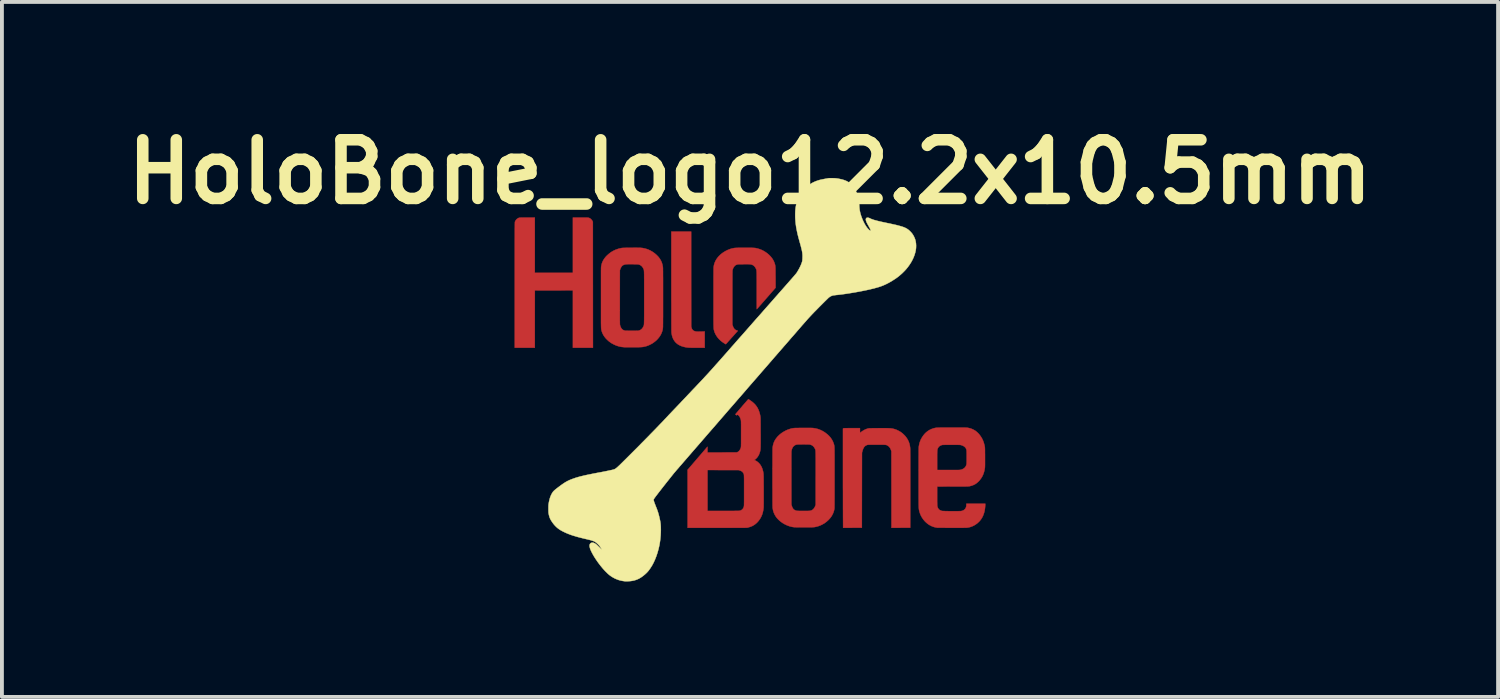
<source format=kicad_pcb>
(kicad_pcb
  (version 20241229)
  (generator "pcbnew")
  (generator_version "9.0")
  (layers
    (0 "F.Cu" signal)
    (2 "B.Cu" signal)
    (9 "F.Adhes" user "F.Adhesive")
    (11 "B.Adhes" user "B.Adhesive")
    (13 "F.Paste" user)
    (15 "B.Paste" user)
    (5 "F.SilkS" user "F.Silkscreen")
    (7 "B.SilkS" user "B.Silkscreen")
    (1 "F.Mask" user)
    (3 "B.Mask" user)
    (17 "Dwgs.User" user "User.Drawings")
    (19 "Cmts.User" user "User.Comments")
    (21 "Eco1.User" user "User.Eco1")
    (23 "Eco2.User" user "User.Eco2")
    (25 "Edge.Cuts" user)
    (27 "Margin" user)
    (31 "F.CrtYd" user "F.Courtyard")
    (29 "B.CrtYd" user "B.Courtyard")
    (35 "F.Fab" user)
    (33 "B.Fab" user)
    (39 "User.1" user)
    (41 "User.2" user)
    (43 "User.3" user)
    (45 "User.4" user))
  (footprint "HoloBone_logo12.2x10.5mm"
    (layer "F.Cu")
    (at 16.445 6.818)
    (property "Reference" "HoloBone_logo12.2x10.5mm" (at 0 -5.4 0) (layer "F.SilkS") (effects (font (size 1.524 1.524) (thickness 0.3))))
    (attr through_hole)
    (fp_poly (pts (xy -1.53 -2.614) (xy -1.529 -1.38) (xy -1.522 -1.355) (xy -1.512 -1.326) (xy -1.499 -1.303) (xy -1.483 -1.284) (xy -1.462 -1.27) (xy -1.438 -1.259) (xy -1.408 -1.252) (xy -1.403 -1.251) (xy -1.394 -1.25) (xy -1.38 -1.249) (xy -1.361 -1.248) (xy -1.337 -1.248) (xy -1.308 -1.249) (xy -1.28 -1.249) (xy -1.178 -1.252) (xy -1.178 -0.829) (xy -1.366 -0.829) (xy -1.401 -0.829) (xy -1.436 -0.829) (xy -1.469 -0.83) (xy -1.499 -0.83) (xy -1.527 -0.83) (xy -1.551 -0.831) (xy -1.57 -0.831) (xy -1.584 -0.832) (xy -1.591 -0.832) (xy -1.611 -0.834) (xy -1.633 -0.836) (xy -1.655 -0.839) (xy -1.668 -0.841) (xy -1.726 -0.854) (xy -1.778 -0.87) (xy -1.827 -0.891) (xy -1.87 -0.915) (xy -1.908 -0.944) (xy -1.942 -0.977) (xy -1.971 -1.015) (xy -1.995 -1.056) (xy -2.015 -1.101) (xy -2.029 -1.151) (xy -2.039 -1.205) (xy -2.041 -1.227) (xy -2.042 -1.234) (xy -2.042 -1.246) (xy -2.042 -1.265) (xy -2.043 -1.29) (xy -2.043 -1.322) (xy -2.043 -1.359) (xy -2.043 -1.403) (xy -2.044 -1.453) (xy -2.044 -1.509) (xy -2.044 -1.571) (xy -2.044 -1.64) (xy -2.044 -1.715) (xy -2.044 -1.796) (xy -2.044 -1.883) (xy -2.044 -1.977) (xy -2.045 -2.077) (xy -2.045 -2.183) (xy -2.045 -2.296) (xy -2.045 -2.415) (xy -2.045 -2.54) (xy -2.045 -2.555) (xy -2.045 -3.848) (xy -1.788 -3.848) (xy -1.53 -3.848) (xy -1.53 -2.614)) (stroke (width 0.01) (type solid)) (fill yes) (layer "F.Cu"))
    (fp_poly (pts (xy -5.594 -2.778) (xy -4.604 -2.778) (xy -4.604 -4.213) (xy -4.411 -4.213) (xy -4.369 -4.213) (xy -4.333 -4.213) (xy -4.302 -4.213) (xy -4.277 -4.213) (xy -4.255 -4.212) (xy -4.237 -4.212) (xy -4.223 -4.211) (xy -4.21 -4.21) (xy -4.201 -4.208) (xy -4.192 -4.207) (xy -4.185 -4.205) (xy -4.179 -4.202) (xy -4.172 -4.199) (xy -4.165 -4.195) (xy -4.165 -4.195) (xy -4.148 -4.185) (xy -4.131 -4.17) (xy -4.115 -4.152) (xy -4.102 -4.134) (xy -4.095 -4.123) (xy -4.085 -4.101) (xy -4.083 -0.829) (xy -4.604 -0.829) (xy -4.604 -2.321) (xy -5.098 -2.32) (xy -5.593 -2.319) (xy -5.594 -1.574) (xy -5.594 -0.829) (xy -6.115 -0.829) (xy -6.115 -2.455) (xy -6.115 -2.579) (xy -6.115 -2.696) (xy -6.115 -2.808) (xy -6.115 -2.914) (xy -6.115 -3.013) (xy -6.115 -3.108) (xy -6.115 -3.197) (xy -6.115 -3.28) (xy -6.115 -3.359) (xy -6.115 -3.432) (xy -6.115 -3.501) (xy -6.115 -3.565) (xy -6.115 -3.624) (xy -6.114 -3.679) (xy -6.114 -3.73) (xy -6.114 -3.777) (xy -6.114 -3.82) (xy -6.114 -3.859) (xy -6.114 -3.894) (xy -6.114 -3.926) (xy -6.113 -3.955) (xy -6.113 -3.981) (xy -6.113 -4.003) (xy -6.113 -4.023) (xy -6.113 -4.04) (xy -6.112 -4.055) (xy -6.112 -4.067) (xy -6.112 -4.077) (xy -6.112 -4.085) (xy -6.111 -4.091) (xy -6.111 -4.095) (xy -6.111 -4.097) (xy -6.111 -4.098) (xy -6.101 -4.124) (xy -6.085 -4.148) (xy -6.066 -4.17) (xy -6.043 -4.188) (xy -6.018 -4.202) (xy -5.992 -4.21) (xy -5.992 -4.21) (xy -5.985 -4.211) (xy -5.972 -4.211) (xy -5.954 -4.212) (xy -5.931 -4.212) (xy -5.903 -4.213) (xy -5.871 -4.213) (xy -5.835 -4.213) (xy -5.796 -4.213) (xy -5.784 -4.213) (xy -5.594 -4.213) (xy -5.594 -2.778)) (stroke (width 0.01) (type solid)) (fill yes) (layer "F.Cu"))
    (fp_poly (pts (xy 2.858 1.322) (xy 2.859 1.384) (xy 2.877 1.37) (xy 2.916 1.34) (xy 2.959 1.314) (xy 3.002 1.292) (xy 3.046 1.276) (xy 3.072 1.269) (xy 3.077 1.268) (xy 3.083 1.267) (xy 3.089 1.266) (xy 3.096 1.265) (xy 3.105 1.264) (xy 3.116 1.264) (xy 3.129 1.263) (xy 3.145 1.263) (xy 3.164 1.263) (xy 3.187 1.262) (xy 3.215 1.262) (xy 3.247 1.262) (xy 3.284 1.262) (xy 3.328 1.261) (xy 3.339 1.261) (xy 3.391 1.261) (xy 3.438 1.261) (xy 3.479 1.261) (xy 3.516 1.261) (xy 3.548 1.261) (xy 3.576 1.262) (xy 3.6 1.263) (xy 3.621 1.264) (xy 3.64 1.265) (xy 3.657 1.266) (xy 3.672 1.268) (xy 3.686 1.27) (xy 3.7 1.272) (xy 3.707 1.273) (xy 3.762 1.287) (xy 3.816 1.307) (xy 3.868 1.333) (xy 3.919 1.363) (xy 3.966 1.399) (xy 4.009 1.44) (xy 4.033 1.465) (xy 4.068 1.51) (xy 4.098 1.557) (xy 4.122 1.606) (xy 4.141 1.657) (xy 4.154 1.712) (xy 4.162 1.77) (xy 4.163 1.777) (xy 4.163 1.785) (xy 4.163 1.799) (xy 4.164 1.819) (xy 4.164 1.846) (xy 4.164 1.878) (xy 4.164 1.918) (xy 4.165 1.963) (xy 4.165 2.015) (xy 4.165 2.073) (xy 4.165 2.137) (xy 4.165 2.208) (xy 4.165 2.285) (xy 4.165 2.368) (xy 4.165 2.457) (xy 4.165 2.553) (xy 4.165 2.656) (xy 4.165 2.764) (xy 4.165 2.834) (xy 4.164 3.85) (xy 3.92 3.85) (xy 3.677 3.851) (xy 3.675 1.865) (xy 3.668 1.841) (xy 3.656 1.808) (xy 3.641 1.778) (xy 3.622 1.752) (xy 3.6 1.73) (xy 3.576 1.713) (xy 3.57 1.71) (xy 3.563 1.707) (xy 3.556 1.703) (xy 3.55 1.701) (xy 3.543 1.698) (xy 3.535 1.697) (xy 3.526 1.695) (xy 3.516 1.694) (xy 3.503 1.693) (xy 3.487 1.692) (xy 3.468 1.691) (xy 3.445 1.691) (xy 3.418 1.691) (xy 3.387 1.691) (xy 3.35 1.691) (xy 3.308 1.691) (xy 3.289 1.691) (xy 3.246 1.691) (xy 3.209 1.691) (xy 3.177 1.691) (xy 3.15 1.691) (xy 3.128 1.691) (xy 3.109 1.691) (xy 3.094 1.692) (xy 3.082 1.692) (xy 3.072 1.692) (xy 3.065 1.693) (xy 3.059 1.694) (xy 3.054 1.695) (xy 3.049 1.696) (xy 3.045 1.697) (xy 3.043 1.698) (xy 3.019 1.708) (xy 2.997 1.721) (xy 2.978 1.738) (xy 2.961 1.76) (xy 2.946 1.787) (xy 2.933 1.819) (xy 2.921 1.857) (xy 2.917 1.872) (xy 2.91 1.9) (xy 2.907 3.85) (xy 2.664 3.85) (xy 2.42 3.851) (xy 2.418 3.555) (xy 2.418 3.528) (xy 2.418 3.494) (xy 2.418 3.455) (xy 2.418 3.41) (xy 2.417 3.36) (xy 2.417 3.306) (xy 2.417 3.248) (xy 2.417 3.185) (xy 2.417 3.119) (xy 2.417 3.05) (xy 2.417 2.978) (xy 2.417 2.903) (xy 2.416 2.826) (xy 2.416 2.747) (xy 2.416 2.667) (xy 2.416 2.585) (xy 2.416 2.503) (xy 2.416 2.42) (xy 2.416 2.337) (xy 2.416 2.267) (xy 2.416 1.274) (xy 2.425 1.267) (xy 2.426 1.266) (xy 2.428 1.265) (xy 2.431 1.264) (xy 2.435 1.263) (xy 2.441 1.262) (xy 2.449 1.262) (xy 2.459 1.261) (xy 2.473 1.261) (xy 2.49 1.261) (xy 2.511 1.261) (xy 2.537 1.261) (xy 2.567 1.26) (xy 2.603 1.26) (xy 2.645 1.26) (xy 2.857 1.26) (xy 2.858 1.322)) (stroke (width 0.01) (type solid)) (fill yes) (layer "F.Cu"))
    (fp_poly (pts (xy -0.088 -3.427) (xy -0.048 -3.427) (xy -0.012 -3.427) (xy 0.019 -3.427) (xy 0.045 -3.427) (xy 0.068 -3.426) (xy 0.088 -3.425) (xy 0.105 -3.424) (xy 0.12 -3.423) (xy 0.133 -3.422) (xy 0.146 -3.42) (xy 0.158 -3.417) (xy 0.17 -3.415) (xy 0.183 -3.412) (xy 0.197 -3.408) (xy 0.198 -3.408) (xy 0.253 -3.391) (xy 0.308 -3.369) (xy 0.36 -3.342) (xy 0.41 -3.311) (xy 0.457 -3.276) (xy 0.501 -3.237) (xy 0.54 -3.196) (xy 0.575 -3.152) (xy 0.604 -3.106) (xy 0.614 -3.086) (xy 0.62 -3.074) (xy 0.627 -3.057) (xy 0.634 -3.039) (xy 0.638 -3.026) (xy 0.642 -3.015) (xy 0.646 -3.004) (xy 0.649 -2.994) (xy 0.651 -2.985) (xy 0.653 -2.976) (xy 0.655 -2.965) (xy 0.657 -2.954) (xy 0.658 -2.941) (xy 0.659 -2.926) (xy 0.66 -2.909) (xy 0.661 -2.889) (xy 0.661 -2.865) (xy 0.662 -2.837) (xy 0.662 -2.805) (xy 0.662 -2.768) (xy 0.662 -2.726) (xy 0.663 -2.678) (xy 0.663 -2.662) (xy 0.664 -2.389) (xy 0.422 -2.111) (xy 0.39 -2.075) (xy 0.36 -2.04) (xy 0.331 -2.007) (xy 0.304 -1.976) (xy 0.279 -1.947) (xy 0.255 -1.921) (xy 0.235 -1.897) (xy 0.217 -1.877) (xy 0.202 -1.86) (xy 0.19 -1.847) (xy 0.182 -1.838) (xy 0.178 -1.833) (xy 0.177 -1.832) (xy 0.177 -1.835) (xy 0.176 -1.844) (xy 0.176 -1.859) (xy 0.176 -1.879) (xy 0.176 -1.904) (xy 0.176 -1.934) (xy 0.175 -1.968) (xy 0.175 -2.006) (xy 0.175 -2.048) (xy 0.175 -2.092) (xy 0.175 -2.14) (xy 0.175 -2.191) (xy 0.175 -2.243) (xy 0.175 -2.298) (xy 0.175 -2.323) (xy 0.175 -2.39) (xy 0.175 -2.451) (xy 0.175 -2.506) (xy 0.175 -2.556) (xy 0.175 -2.601) (xy 0.174 -2.641) (xy 0.174 -2.676) (xy 0.174 -2.708) (xy 0.174 -2.735) (xy 0.173 -2.759) (xy 0.173 -2.78) (xy 0.172 -2.797) (xy 0.171 -2.812) (xy 0.17 -2.825) (xy 0.169 -2.836) (xy 0.168 -2.845) (xy 0.167 -2.852) (xy 0.165 -2.859) (xy 0.163 -2.865) (xy 0.161 -2.87) (xy 0.159 -2.875) (xy 0.156 -2.88) (xy 0.154 -2.886) (xy 0.153 -2.888) (xy 0.135 -2.919) (xy 0.115 -2.945) (xy 0.092 -2.966) (xy 0.066 -2.981) (xy 0.037 -2.992) (xy 0.017 -2.996) (xy 0.009 -2.997) (xy 0.000327 -2.998) (xy -0.011 -2.999) (xy -0.024 -2.999) (xy -0.041 -3) (xy -0.062 -3) (xy -0.087 -3) (xy -0.117 -3) (xy -0.153 -3) (xy -0.163 -3) (xy -0.198 -2.999) (xy -0.228 -2.999) (xy -0.252 -2.999) (xy -0.272 -2.999) (xy -0.287 -2.998) (xy -0.3 -2.998) (xy -0.31 -2.997) (xy -0.317 -2.996) (xy -0.324 -2.995) (xy -0.329 -2.994) (xy -0.334 -2.992) (xy -0.338 -2.991) (xy -0.351 -2.986) (xy -0.364 -2.981) (xy -0.373 -2.976) (xy -0.392 -2.962) (xy -0.41 -2.942) (xy -0.426 -2.919) (xy -0.44 -2.892) (xy -0.45 -2.863) (xy -0.455 -2.845) (xy -0.455 -2.841) (xy -0.455 -2.836) (xy -0.456 -2.829) (xy -0.456 -2.819) (xy -0.457 -2.807) (xy -0.457 -2.791) (xy -0.457 -2.773) (xy -0.458 -2.752) (xy -0.458 -2.726) (xy -0.458 -2.698) (xy -0.458 -2.665) (xy -0.458 -2.628) (xy -0.458 -2.586) (xy -0.459 -2.54) (xy -0.459 -2.489) (xy -0.459 -2.433) (xy -0.459 -2.371) (xy -0.459 -2.304) (xy -0.459 -2.231) (xy -0.459 -2.152) (xy -0.459 -1.437) (xy -0.452 -1.41) (xy -0.441 -1.379) (xy -0.428 -1.351) (xy -0.412 -1.326) (xy -0.395 -1.307) (xy -0.386 -1.3) (xy -0.375 -1.294) (xy -0.362 -1.287) (xy -0.347 -1.28) (xy -0.344 -1.279) (xy -0.317 -1.269) (xy -0.325 -1.261) (xy -0.328 -1.257) (xy -0.335 -1.249) (xy -0.346 -1.237) (xy -0.36 -1.222) (xy -0.377 -1.203) (xy -0.396 -1.182) (xy -0.417 -1.158) (xy -0.439 -1.133) (xy -0.463 -1.106) (xy -0.475 -1.094) (xy -0.499 -1.067) (xy -0.522 -1.041) (xy -0.544 -1.016) (xy -0.564 -0.994) (xy -0.581 -0.975) (xy -0.596 -0.958) (xy -0.609 -0.944) (xy -0.617 -0.935) (xy -0.622 -0.929) (xy -0.623 -0.928) (xy -0.63 -0.921) (xy -0.662 -0.94) (xy -0.714 -0.974) (xy -0.762 -1.012) (xy -0.804 -1.052) (xy -0.842 -1.095) (xy -0.874 -1.141) (xy -0.901 -1.188) (xy -0.922 -1.237) (xy -0.933 -1.275) (xy -0.935 -1.281) (xy -0.937 -1.287) (xy -0.938 -1.293) (xy -0.939 -1.299) (xy -0.941 -1.305) (xy -0.942 -1.312) (xy -0.943 -1.32) (xy -0.944 -1.329) (xy -0.944 -1.339) (xy -0.945 -1.351) (xy -0.946 -1.364) (xy -0.946 -1.38) (xy -0.947 -1.398) (xy -0.947 -1.418) (xy -0.948 -1.441) (xy -0.948 -1.468) (xy -0.948 -1.498) (xy -0.949 -1.531) (xy -0.949 -1.568) (xy -0.949 -1.609) (xy -0.949 -1.655) (xy -0.949 -1.705) (xy -0.949 -1.759) (xy -0.949 -1.819) (xy -0.949 -1.884) (xy -0.949 -1.955) (xy -0.949 -2.032) (xy -0.949 -2.114) (xy -0.949 -2.132) (xy -0.949 -2.227) (xy -0.949 -2.315) (xy -0.949 -2.396) (xy -0.949 -2.472) (xy -0.949 -2.542) (xy -0.949 -2.605) (xy -0.949 -2.663) (xy -0.949 -2.714) (xy -0.948 -2.76) (xy -0.948 -2.8) (xy -0.948 -2.835) (xy -0.947 -2.864) (xy -0.947 -2.887) (xy -0.947 -2.904) (xy -0.946 -2.917) (xy -0.946 -2.923) (xy -0.946 -2.924) (xy -0.937 -2.978) (xy -0.922 -3.03) (xy -0.901 -3.08) (xy -0.874 -3.128) (xy -0.841 -3.174) (xy -0.813 -3.207) (xy -0.773 -3.246) (xy -0.729 -3.283) (xy -0.681 -3.316) (xy -0.63 -3.346) (xy -0.577 -3.372) (xy -0.524 -3.393) (xy -0.471 -3.409) (xy -0.452 -3.413) (xy -0.439 -3.415) (xy -0.427 -3.418) (xy -0.415 -3.42) (xy -0.403 -3.422) (xy -0.391 -3.423) (xy -0.378 -3.424) (xy -0.363 -3.425) (xy -0.347 -3.426) (xy -0.327 -3.426) (xy -0.305 -3.427) (xy -0.278 -3.427) (xy -0.248 -3.427) (xy -0.212 -3.427) (xy -0.171 -3.427) (xy -0.135 -3.427) (xy -0.088 -3.427)) (stroke (width 0.01) (type solid)) (fill yes) (layer "F.Cu"))
    (fp_poly (pts (xy -0.04 0.51) (xy -0.032 0.515) (xy -0.02 0.522) (xy -0.006 0.531) (xy 0.009 0.542) (xy 0.025 0.553) (xy 0.04 0.564) (xy 0.055 0.575) (xy 0.059 0.578) (xy 0.1 0.613) (xy 0.138 0.652) (xy 0.17 0.694) (xy 0.199 0.74) (xy 0.223 0.791) (xy 0.243 0.846) (xy 0.259 0.905) (xy 0.269 0.956) (xy 0.27 0.961) (xy 0.27 0.967) (xy 0.271 0.974) (xy 0.272 0.982) (xy 0.272 0.991) (xy 0.273 1.003) (xy 0.273 1.016) (xy 0.273 1.033) (xy 0.274 1.052) (xy 0.274 1.075) (xy 0.274 1.101) (xy 0.274 1.132) (xy 0.275 1.167) (xy 0.275 1.207) (xy 0.275 1.252) (xy 0.275 1.303) (xy 0.275 1.359) (xy 0.275 1.375) (xy 0.276 1.436) (xy 0.276 1.491) (xy 0.276 1.54) (xy 0.276 1.585) (xy 0.276 1.624) (xy 0.276 1.659) (xy 0.275 1.69) (xy 0.275 1.716) (xy 0.275 1.74) (xy 0.274 1.76) (xy 0.273 1.778) (xy 0.272 1.794) (xy 0.271 1.807) (xy 0.27 1.819) (xy 0.269 1.83) (xy 0.267 1.84) (xy 0.265 1.849) (xy 0.263 1.858) (xy 0.261 1.868) (xy 0.259 1.873) (xy 0.244 1.921) (xy 0.225 1.964) (xy 0.201 2.003) (xy 0.173 2.038) (xy 0.141 2.068) (xy 0.134 2.073) (xy 0.114 2.089) (xy 0.14 2.102) (xy 0.18 2.125) (xy 0.216 2.154) (xy 0.248 2.187) (xy 0.276 2.225) (xy 0.3 2.268) (xy 0.32 2.315) (xy 0.335 2.366) (xy 0.336 2.372) (xy 0.339 2.382) (xy 0.341 2.392) (xy 0.343 2.401) (xy 0.345 2.41) (xy 0.346 2.419) (xy 0.348 2.429) (xy 0.349 2.44) (xy 0.35 2.452) (xy 0.351 2.466) (xy 0.351 2.482) (xy 0.352 2.501) (xy 0.353 2.522) (xy 0.353 2.547) (xy 0.353 2.575) (xy 0.354 2.607) (xy 0.354 2.644) (xy 0.354 2.685) (xy 0.354 2.731) (xy 0.355 2.783) (xy 0.355 2.84) (xy 0.355 2.873) (xy 0.355 2.944) (xy 0.355 3.009) (xy 0.355 3.068) (xy 0.355 3.121) (xy 0.355 3.168) (xy 0.355 3.209) (xy 0.354 3.244) (xy 0.354 3.274) (xy 0.354 3.296) (xy 0.353 3.313) (xy 0.353 3.323) (xy 0.345 3.389) (xy 0.332 3.451) (xy 0.314 3.51) (xy 0.29 3.565) (xy 0.261 3.617) (xy 0.227 3.665) (xy 0.188 3.71) (xy 0.181 3.717) (xy 0.143 3.751) (xy 0.102 3.78) (xy 0.06 3.804) (xy 0.013 3.823) (xy -0.038 3.839) (xy -0.052 3.843) (xy -0.081 3.85) (xy -1.622 3.851) (xy -1.622 3.413) (xy -1.105 3.413) (xy -0.691 3.412) (xy -0.632 3.412) (xy -0.578 3.412) (xy -0.53 3.412) (xy -0.487 3.412) (xy -0.449 3.412) (xy -0.416 3.412) (xy -0.387 3.411) (xy -0.363 3.411) (xy -0.342 3.411) (xy -0.324 3.411) (xy -0.309 3.41) (xy -0.297 3.41) (xy -0.287 3.409) (xy -0.28 3.409) (xy -0.274 3.408) (xy -0.269 3.408) (xy -0.265 3.407) (xy -0.262 3.406) (xy -0.26 3.406) (xy -0.231 3.394) (xy -0.208 3.379) (xy -0.189 3.36) (xy -0.174 3.337) (xy -0.163 3.309) (xy -0.16 3.299) (xy -0.159 3.295) (xy -0.158 3.292) (xy -0.157 3.287) (xy -0.157 3.281) (xy -0.156 3.274) (xy -0.156 3.264) (xy -0.155 3.253) (xy -0.155 3.239) (xy -0.155 3.222) (xy -0.155 3.201) (xy -0.154 3.178) (xy -0.154 3.15) (xy -0.154 3.118) (xy -0.154 3.081) (xy -0.154 3.039) (xy -0.154 2.992) (xy -0.154 2.94) (xy -0.154 2.881) (xy -0.154 2.88) (xy -0.154 2.82) (xy -0.154 2.767) (xy -0.154 2.719) (xy -0.154 2.676) (xy -0.154 2.639) (xy -0.154 2.606) (xy -0.154 2.577) (xy -0.155 2.553) (xy -0.155 2.531) (xy -0.156 2.513) (xy -0.156 2.498) (xy -0.157 2.486) (xy -0.158 2.476) (xy -0.159 2.467) (xy -0.16 2.46) (xy -0.162 2.454) (xy -0.163 2.449) (xy -0.165 2.445) (xy -0.167 2.44) (xy -0.17 2.436) (xy -0.172 2.432) (xy -0.187 2.409) (xy -0.207 2.389) (xy -0.232 2.374) (xy -0.263 2.361) (xy -0.272 2.358) (xy -0.297 2.351) (xy -0.701 2.35) (xy -1.105 2.349) (xy -1.105 3.413) (xy -1.622 3.413) (xy -1.622 2.344) (xy -1.364 2.043) (xy -1.106 1.743) (xy -1.106 1.818) (xy -1.105 1.892) (xy -0.725 1.892) (xy -0.344 1.891) (xy -0.325 1.883) (xy -0.305 1.872) (xy -0.286 1.855) (xy -0.269 1.834) (xy -0.254 1.809) (xy -0.243 1.782) (xy -0.238 1.767) (xy -0.237 1.762) (xy -0.236 1.758) (xy -0.235 1.753) (xy -0.235 1.748) (xy -0.234 1.741) (xy -0.234 1.732) (xy -0.233 1.721) (xy -0.233 1.708) (xy -0.233 1.691) (xy -0.232 1.672) (xy -0.232 1.649) (xy -0.232 1.622) (xy -0.232 1.59) (xy -0.232 1.554) (xy -0.232 1.512) (xy -0.232 1.465) (xy -0.232 1.412) (xy -0.232 1.409) (xy -0.232 1.355) (xy -0.232 1.306) (xy -0.232 1.263) (xy -0.232 1.225) (xy -0.232 1.192) (xy -0.232 1.164) (xy -0.233 1.139) (xy -0.233 1.118) (xy -0.233 1.1) (xy -0.234 1.085) (xy -0.235 1.072) (xy -0.236 1.062) (xy -0.237 1.053) (xy -0.238 1.045) (xy -0.24 1.038) (xy -0.242 1.032) (xy -0.244 1.025) (xy -0.246 1.018) (xy -0.247 1.015) (xy -0.257 0.992) (xy -0.267 0.971) (xy -0.279 0.952) (xy -0.292 0.936) (xy -0.304 0.924) (xy -0.316 0.916) (xy -0.325 0.914) (xy -0.335 0.916) (xy -0.344 0.921) (xy -0.352 0.927) (xy -0.366 0.915) (xy -0.374 0.908) (xy -0.378 0.902) (xy -0.379 0.899) (xy -0.377 0.896) (xy -0.371 0.889) (xy -0.362 0.878) (xy -0.349 0.863) (xy -0.334 0.845) (xy -0.317 0.825) (xy -0.298 0.802) (xy -0.277 0.778) (xy -0.256 0.753) (xy -0.233 0.727) (xy -0.21 0.7) (xy -0.188 0.673) (xy -0.165 0.647) (xy -0.144 0.622) (xy -0.123 0.599) (xy -0.104 0.577) (xy -0.087 0.557) (xy -0.072 0.54) (xy -0.06 0.526) (xy -0.051 0.516) (xy -0.045 0.51) (xy -0.043 0.508) (xy -0.04 0.51)) (stroke (width 0.01) (type solid)) (fill yes) (layer "F.Cu"))
    (fp_poly (pts (xy 1.516 1.255) (xy 1.551 1.255) (xy 1.58 1.255) (xy 1.603 1.256) (xy 1.62 1.256) (xy 1.632 1.257) (xy 1.634 1.257) (xy 1.698 1.267) (xy 1.761 1.282) (xy 1.821 1.304) (xy 1.878 1.331) (xy 1.934 1.364) (xy 1.968 1.388) (xy 2.018 1.428) (xy 2.061 1.47) (xy 2.098 1.514) (xy 2.129 1.56) (xy 2.155 1.609) (xy 2.174 1.659) (xy 2.181 1.681) (xy 2.183 1.687) (xy 2.184 1.693) (xy 2.186 1.698) (xy 2.187 1.704) (xy 2.188 1.709) (xy 2.189 1.716) (xy 2.19 1.723) (xy 2.191 1.731) (xy 2.192 1.74) (xy 2.193 1.751) (xy 2.194 1.764) (xy 2.194 1.778) (xy 2.195 1.795) (xy 2.195 1.814) (xy 2.196 1.836) (xy 2.196 1.862) (xy 2.196 1.89) (xy 2.196 1.922) (xy 2.197 1.957) (xy 2.197 1.997) (xy 2.197 2.04) (xy 2.197 2.088) (xy 2.197 2.141) (xy 2.197 2.199) (xy 2.197 2.262) (xy 2.197 2.33) (xy 2.197 2.404) (xy 2.197 2.484) (xy 2.197 2.547) (xy 2.197 2.641) (xy 2.197 2.729) (xy 2.197 2.811) (xy 2.197 2.886) (xy 2.197 2.956) (xy 2.197 3.02) (xy 2.197 3.078) (xy 2.196 3.13) (xy 2.196 3.176) (xy 2.196 3.217) (xy 2.196 3.252) (xy 2.195 3.282) (xy 2.195 3.306) (xy 2.195 3.326) (xy 2.194 3.34) (xy 2.194 3.348) (xy 2.194 3.352) (xy 2.183 3.405) (xy 2.166 3.458) (xy 2.143 3.508) (xy 2.115 3.556) (xy 2.08 3.602) (xy 2.043 3.643) (xy 1.994 3.688) (xy 1.942 3.727) (xy 1.887 3.76) (xy 1.83 3.788) (xy 1.77 3.81) (xy 1.734 3.82) (xy 1.72 3.823) (xy 1.707 3.826) (xy 1.694 3.829) (xy 1.682 3.831) (xy 1.668 3.833) (xy 1.654 3.834) (xy 1.638 3.835) (xy 1.619 3.836) (xy 1.598 3.837) (xy 1.574 3.838) (xy 1.545 3.838) (xy 1.513 3.838) (xy 1.475 3.838) (xy 1.432 3.838) (xy 1.396 3.838) (xy 1.358 3.838) (xy 1.321 3.838) (xy 1.287 3.838) (xy 1.254 3.837) (xy 1.225 3.837) (xy 1.2 3.837) (xy 1.178 3.836) (xy 1.162 3.836) (xy 1.15 3.835) (xy 1.146 3.835) (xy 1.082 3.825) (xy 1.019 3.808) (xy 0.958 3.785) (xy 0.9 3.757) (xy 0.844 3.724) (xy 0.84 3.721) (xy 0.788 3.683) (xy 0.742 3.642) (xy 0.702 3.6) (xy 0.668 3.555) (xy 0.64 3.507) (xy 0.618 3.458) (xy 0.601 3.406) (xy 0.591 3.352) (xy 0.587 3.322) (xy 0.587 3.314) (xy 0.587 3.301) (xy 0.586 3.282) (xy 0.586 3.258) (xy 0.586 3.229) (xy 0.586 3.195) (xy 0.585 3.157) (xy 0.585 3.115) (xy 0.585 3.07) (xy 0.585 3.021) (xy 0.585 2.97) (xy 0.585 2.916) (xy 0.585 2.859) (xy 0.584 2.801) (xy 0.584 2.742) (xy 0.584 2.681) (xy 0.584 2.62) (xy 0.584 2.558) (xy 0.584 2.497) (xy 0.584 2.435) (xy 0.584 2.374) (xy 0.584 2.314) (xy 0.584 2.256) (xy 0.585 2.243) (xy 1.074 2.243) (xy 1.074 2.308) (xy 1.074 2.379) (xy 1.074 2.456) (xy 1.074 2.539) (xy 1.074 2.57) (xy 1.075 3.243) (xy 1.082 3.27) (xy 1.09 3.294) (xy 1.1 3.318) (xy 1.111 3.34) (xy 1.123 3.358) (xy 1.129 3.365) (xy 1.145 3.38) (xy 1.166 3.392) (xy 1.189 3.402) (xy 1.208 3.408) (xy 1.217 3.409) (xy 1.232 3.41) (xy 1.252 3.411) (xy 1.275 3.412) (xy 1.302 3.412) (xy 1.331 3.413) (xy 1.361 3.413) (xy 1.392 3.413) (xy 1.423 3.413) (xy 1.452 3.413) (xy 1.481 3.413) (xy 1.506 3.412) (xy 1.528 3.411) (xy 1.546 3.41) (xy 1.559 3.409) (xy 1.564 3.408) (xy 1.595 3.399) (xy 1.623 3.384) (xy 1.647 3.363) (xy 1.668 3.337) (xy 1.686 3.306) (xy 1.698 3.278) (xy 1.707 3.253) (xy 1.707 2.558) (xy 1.708 2.478) (xy 1.708 2.405) (xy 1.708 2.337) (xy 1.708 2.275) (xy 1.708 2.218) (xy 1.708 2.166) (xy 1.708 2.119) (xy 1.708 2.076) (xy 1.708 2.038) (xy 1.707 2.004) (xy 1.707 1.974) (xy 1.707 1.947) (xy 1.706 1.923) (xy 1.706 1.903) (xy 1.705 1.885) (xy 1.705 1.87) (xy 1.704 1.857) (xy 1.703 1.846) (xy 1.702 1.836) (xy 1.701 1.829) (xy 1.699 1.822) (xy 1.698 1.817) (xy 1.696 1.812) (xy 1.694 1.807) (xy 1.692 1.803) (xy 1.69 1.799) (xy 1.688 1.795) (xy 1.685 1.79) (xy 1.685 1.789) (xy 1.666 1.758) (xy 1.644 1.732) (xy 1.619 1.712) (xy 1.591 1.697) (xy 1.561 1.688) (xy 1.551 1.686) (xy 1.536 1.685) (xy 1.517 1.684) (xy 1.493 1.684) (xy 1.467 1.683) (xy 1.438 1.683) (xy 1.408 1.682) (xy 1.377 1.682) (xy 1.347 1.683) (xy 1.317 1.683) (xy 1.29 1.683) (xy 1.265 1.684) (xy 1.243 1.685) (xy 1.226 1.686) (xy 1.215 1.687) (xy 1.211 1.688) (xy 1.181 1.697) (xy 1.155 1.712) (xy 1.132 1.731) (xy 1.112 1.756) (xy 1.097 1.785) (xy 1.085 1.819) (xy 1.077 1.858) (xy 1.076 1.866) (xy 1.076 1.872) (xy 1.076 1.882) (xy 1.075 1.897) (xy 1.075 1.915) (xy 1.075 1.939) (xy 1.074 1.967) (xy 1.074 2) (xy 1.074 2.038) (xy 1.074 2.081) (xy 1.074 2.129) (xy 1.074 2.183) (xy 1.074 2.243) (xy 0.585 2.243) (xy 0.585 2.199) (xy 0.585 2.144) (xy 0.585 2.092) (xy 0.585 2.042) (xy 0.585 1.996) (xy 0.585 1.952) (xy 0.586 1.913) (xy 0.586 1.878) (xy 0.586 1.847) (xy 0.586 1.821) (xy 0.587 1.8) (xy 0.587 1.785) (xy 0.587 1.776) (xy 0.587 1.774) (xy 0.595 1.719) (xy 0.608 1.667) (xy 0.626 1.617) (xy 0.65 1.57) (xy 0.681 1.524) (xy 0.717 1.48) (xy 0.724 1.472) (xy 0.765 1.433) (xy 0.81 1.396) (xy 0.859 1.363) (xy 0.911 1.333) (xy 0.965 1.307) (xy 1.02 1.287) (xy 1.06 1.275) (xy 1.074 1.271) (xy 1.086 1.268) (xy 1.098 1.266) (xy 1.109 1.264) (xy 1.121 1.262) (xy 1.134 1.26) (xy 1.148 1.259) (xy 1.165 1.258) (xy 1.183 1.257) (xy 1.205 1.257) (xy 1.231 1.256) (xy 1.261 1.256) (xy 1.296 1.255) (xy 1.336 1.255) (xy 1.376 1.255) (xy 1.429 1.255) (xy 1.476 1.255) (xy 1.516 1.255)) (stroke (width 0.01) (type solid)) (fill yes) (layer "F.Cu"))
    (fp_poly (pts (xy -2.961 -3.429) (xy -2.929 -3.428) (xy -2.901 -3.428) (xy -2.876 -3.427) (xy -2.855 -3.427) (xy -2.836 -3.426) (xy -2.82 -3.424) (xy -2.804 -3.423) (xy -2.79 -3.421) (xy -2.776 -3.418) (xy -2.763 -3.416) (xy -2.703 -3.401) (xy -2.645 -3.381) (xy -2.587 -3.354) (xy -2.532 -3.322) (xy -2.48 -3.285) (xy -2.43 -3.242) (xy -2.415 -3.227) (xy -2.375 -3.184) (xy -2.342 -3.139) (xy -2.314 -3.091) (xy -2.292 -3.041) (xy -2.277 -2.989) (xy -2.266 -2.934) (xy -2.264 -2.907) (xy -2.263 -2.9) (xy -2.263 -2.886) (xy -2.263 -2.867) (xy -2.263 -2.843) (xy -2.262 -2.814) (xy -2.262 -2.78) (xy -2.262 -2.742) (xy -2.262 -2.7) (xy -2.261 -2.654) (xy -2.261 -2.605) (xy -2.261 -2.554) (xy -2.261 -2.5) (xy -2.261 -2.443) (xy -2.261 -2.385) (xy -2.261 -2.326) (xy -2.261 -2.265) (xy -2.261 -2.204) (xy -2.261 -2.143) (xy -2.261 -2.081) (xy -2.261 -2.019) (xy -2.261 -1.959) (xy -2.261 -1.899) (xy -2.261 -1.84) (xy -2.261 -1.784) (xy -2.261 -1.729) (xy -2.261 -1.677) (xy -2.261 -1.627) (xy -2.262 -1.581) (xy -2.262 -1.538) (xy -2.262 -1.499) (xy -2.262 -1.464) (xy -2.263 -1.433) (xy -2.263 -1.407) (xy -2.263 -1.387) (xy -2.263 -1.372) (xy -2.264 -1.363) (xy -2.264 -1.361) (xy -2.267 -1.328) (xy -2.272 -1.298) (xy -2.279 -1.269) (xy -2.288 -1.242) (xy -2.307 -1.193) (xy -2.332 -1.147) (xy -2.363 -1.102) (xy -2.398 -1.059) (xy -2.437 -1.019) (xy -2.481 -0.983) (xy -2.528 -0.949) (xy -2.578 -0.92) (xy -2.63 -0.895) (xy -2.685 -0.874) (xy -2.723 -0.863) (xy -2.738 -0.86) (xy -2.751 -0.857) (xy -2.764 -0.854) (xy -2.777 -0.851) (xy -2.79 -0.85) (xy -2.804 -0.848) (xy -2.819 -0.847) (xy -2.837 -0.846) (xy -2.858 -0.845) (xy -2.881 -0.844) (xy -2.909 -0.844) (xy -2.941 -0.843) (xy -2.978 -0.843) (xy -3.021 -0.843) (xy -3.037 -0.843) (xy -3.074 -0.843) (xy -3.11 -0.843) (xy -3.145 -0.843) (xy -3.177 -0.843) (xy -3.206 -0.843) (xy -3.232 -0.843) (xy -3.254 -0.844) (xy -3.27 -0.844) (xy -3.282 -0.845) (xy -3.283 -0.845) (xy -3.349 -0.852) (xy -3.412 -0.866) (xy -3.475 -0.886) (xy -3.534 -0.912) (xy -3.592 -0.943) (xy -3.616 -0.958) (xy -3.666 -0.994) (xy -3.711 -1.034) (xy -3.751 -1.075) (xy -3.786 -1.119) (xy -3.815 -1.165) (xy -3.838 -1.212) (xy -3.855 -1.26) (xy -3.856 -1.265) (xy -3.858 -1.272) (xy -3.86 -1.278) (xy -3.861 -1.283) (xy -3.863 -1.289) (xy -3.864 -1.295) (xy -3.865 -1.301) (xy -3.866 -1.308) (xy -3.867 -1.316) (xy -3.868 -1.325) (xy -3.869 -1.336) (xy -3.87 -1.348) (xy -3.87 -1.362) (xy -3.871 -1.378) (xy -3.871 -1.397) (xy -3.872 -1.418) (xy -3.872 -1.443) (xy -3.873 -1.47) (xy -3.873 -1.501) (xy -3.873 -1.536) (xy -3.873 -1.574) (xy -3.873 -1.617) (xy -3.873 -1.664) (xy -3.873 -1.715) (xy -3.873 -1.772) (xy -3.873 -1.833) (xy -3.873 -1.85) (xy -3.384 -1.85) (xy -3.384 -1.79) (xy -3.384 -1.735) (xy -3.384 -1.685) (xy -3.384 -1.641) (xy -3.384 -1.601) (xy -3.384 -1.566) (xy -3.384 -1.536) (xy -3.383 -1.51) (xy -3.383 -1.487) (xy -3.383 -1.469) (xy -3.382 -1.454) (xy -3.382 -1.443) (xy -3.382 -1.435) (xy -3.381 -1.431) (xy -3.381 -1.43) (xy -3.378 -1.416) (xy -3.374 -1.399) (xy -3.369 -1.384) (xy -3.369 -1.383) (xy -3.355 -1.353) (xy -3.339 -1.327) (xy -3.32 -1.307) (xy -3.298 -1.291) (xy -3.272 -1.28) (xy -3.26 -1.277) (xy -3.255 -1.275) (xy -3.249 -1.274) (xy -3.242 -1.273) (xy -3.234 -1.272) (xy -3.224 -1.272) (xy -3.211 -1.271) (xy -3.195 -1.271) (xy -3.175 -1.271) (xy -3.151 -1.27) (xy -3.122 -1.27) (xy -3.088 -1.27) (xy -3.075 -1.27) (xy -3.037 -1.27) (xy -3.005 -1.27) (xy -2.978 -1.27) (xy -2.956 -1.271) (xy -2.938 -1.271) (xy -2.924 -1.272) (xy -2.912 -1.272) (xy -2.904 -1.273) (xy -2.897 -1.274) (xy -2.893 -1.275) (xy -2.862 -1.285) (xy -2.835 -1.301) (xy -2.811 -1.322) (xy -2.79 -1.348) (xy -2.777 -1.371) (xy -2.774 -1.376) (xy -2.772 -1.381) (xy -2.769 -1.386) (xy -2.767 -1.39) (xy -2.765 -1.395) (xy -2.763 -1.399) (xy -2.761 -1.405) (xy -2.76 -1.411) (xy -2.758 -1.418) (xy -2.757 -1.427) (xy -2.756 -1.437) (xy -2.755 -1.45) (xy -2.754 -1.464) (xy -2.754 -1.481) (xy -2.753 -1.501) (xy -2.753 -1.523) (xy -2.752 -1.549) (xy -2.752 -1.578) (xy -2.752 -1.611) (xy -2.751 -1.647) (xy -2.751 -1.688) (xy -2.751 -1.734) (xy -2.751 -1.784) (xy -2.751 -1.839) (xy -2.751 -1.9) (xy -2.751 -1.966) (xy -2.751 -2.037) (xy -2.751 -2.115) (xy -2.751 -2.134) (xy -2.751 -2.213) (xy -2.751 -2.286) (xy -2.751 -2.353) (xy -2.751 -2.415) (xy -2.751 -2.471) (xy -2.751 -2.523) (xy -2.751 -2.569) (xy -2.751 -2.611) (xy -2.752 -2.649) (xy -2.752 -2.682) (xy -2.752 -2.712) (xy -2.752 -2.739) (xy -2.753 -2.762) (xy -2.753 -2.782) (xy -2.754 -2.799) (xy -2.755 -2.814) (xy -2.756 -2.827) (xy -2.757 -2.838) (xy -2.758 -2.847) (xy -2.759 -2.854) (xy -2.761 -2.861) (xy -2.762 -2.866) (xy -2.764 -2.871) (xy -2.766 -2.876) (xy -2.769 -2.88) (xy -2.771 -2.884) (xy -2.774 -2.889) (xy -2.776 -2.895) (xy -2.777 -2.896) (xy -2.795 -2.926) (xy -2.818 -2.952) (xy -2.844 -2.972) (xy -2.873 -2.987) (xy -2.89 -2.993) (xy -2.897 -2.995) (xy -2.911 -2.996) (xy -2.929 -2.997) (xy -2.951 -2.998) (xy -2.977 -2.999) (xy -3.004 -2.999) (xy -3.034 -3) (xy -3.064 -3) (xy -3.094 -3) (xy -3.124 -3) (xy -3.152 -3) (xy -3.178 -3) (xy -3.2 -2.999) (xy -3.219 -2.998) (xy -3.233 -2.997) (xy -3.24 -2.996) (xy -3.271 -2.988) (xy -3.298 -2.976) (xy -3.317 -2.964) (xy -3.33 -2.95) (xy -3.344 -2.931) (xy -3.357 -2.91) (xy -3.368 -2.886) (xy -3.372 -2.874) (xy -3.383 -2.843) (xy -3.384 -2.148) (xy -3.384 -2.064) (xy -3.384 -1.987) (xy -3.384 -1.915) (xy -3.384 -1.85) (xy -3.873 -1.85) (xy -3.873 -1.9) (xy -3.873 -1.973) (xy -3.873 -2.051) (xy -3.873 -2.136) (xy -3.873 -2.219) (xy -3.873 -2.296) (xy -3.873 -2.367) (xy -3.873 -2.433) (xy -3.873 -2.493) (xy -3.873 -2.548) (xy -3.873 -2.599) (xy -3.873 -2.644) (xy -3.873 -2.686) (xy -3.873 -2.723) (xy -3.873 -2.756) (xy -3.873 -2.785) (xy -3.873 -2.812) (xy -3.873 -2.834) (xy -3.872 -2.855) (xy -3.872 -2.872) (xy -3.872 -2.887) (xy -3.871 -2.9) (xy -3.871 -2.91) (xy -3.871 -2.919) (xy -3.87 -2.927) (xy -3.87 -2.933) (xy -3.869 -2.939) (xy -3.869 -2.944) (xy -3.868 -2.948) (xy -3.868 -2.952) (xy -3.867 -2.953) (xy -3.856 -3.005) (xy -3.839 -3.053) (xy -3.817 -3.1) (xy -3.789 -3.144) (xy -3.756 -3.187) (xy -3.717 -3.228) (xy -3.666 -3.273) (xy -3.613 -3.313) (xy -3.556 -3.347) (xy -3.497 -3.375) (xy -3.435 -3.397) (xy -3.403 -3.407) (xy -3.388 -3.41) (xy -3.374 -3.414) (xy -3.361 -3.416) (xy -3.349 -3.419) (xy -3.336 -3.421) (xy -3.322 -3.423) (xy -3.306 -3.424) (xy -3.288 -3.425) (xy -3.268 -3.426) (xy -3.244 -3.426) (xy -3.216 -3.427) (xy -3.184 -3.427) (xy -3.147 -3.428) (xy -3.104 -3.428) (xy -3.088 -3.428) (xy -3.04 -3.428) (xy -2.998 -3.429) (xy -2.961 -3.429)) (stroke (width 0.01) (type solid)) (fill yes) (layer "F.Cu"))
    (fp_poly (pts (xy 5.307 1.246) (xy 5.359 1.246) (xy 5.405 1.246) (xy 5.446 1.246) (xy 5.482 1.246) (xy 5.513 1.247) (xy 5.54 1.247) (xy 5.563 1.247) (xy 5.583 1.247) (xy 5.6 1.247) (xy 5.614 1.248) (xy 5.626 1.248) (xy 5.635 1.249) (xy 5.643 1.249) (xy 5.65 1.25) (xy 5.656 1.251) (xy 5.661 1.252) (xy 5.663 1.252) (xy 5.718 1.264) (xy 5.769 1.282) (xy 5.817 1.305) (xy 5.862 1.332) (xy 5.903 1.366) (xy 5.943 1.405) (xy 5.958 1.423) (xy 5.996 1.473) (xy 6.028 1.525) (xy 6.055 1.58) (xy 6.076 1.638) (xy 6.093 1.7) (xy 6.1 1.73) (xy 6.101 1.738) (xy 6.102 1.745) (xy 6.103 1.752) (xy 6.104 1.76) (xy 6.105 1.769) (xy 6.105 1.78) (xy 6.106 1.792) (xy 6.106 1.807) (xy 6.107 1.826) (xy 6.107 1.847) (xy 6.107 1.873) (xy 6.107 1.904) (xy 6.108 1.939) (xy 6.108 1.98) (xy 6.108 2.008) (xy 6.108 2.063) (xy 6.108 2.111) (xy 6.108 2.153) (xy 6.108 2.189) (xy 6.108 2.22) (xy 6.107 2.244) (xy 6.107 2.263) (xy 6.106 2.277) (xy 6.106 2.281) (xy 6.096 2.345) (xy 6.081 2.406) (xy 6.061 2.463) (xy 6.036 2.517) (xy 6.005 2.567) (xy 5.969 2.614) (xy 5.941 2.645) (xy 5.907 2.676) (xy 5.874 2.702) (xy 5.839 2.724) (xy 5.801 2.741) (xy 5.76 2.756) (xy 5.714 2.768) (xy 5.7 2.771) (xy 5.695 2.772) (xy 5.69 2.772) (xy 5.684 2.773) (xy 5.677 2.774) (xy 5.668 2.774) (xy 5.658 2.775) (xy 5.645 2.775) (xy 5.629 2.775) (xy 5.61 2.776) (xy 5.588 2.776) (xy 5.562 2.776) (xy 5.533 2.776) (xy 5.499 2.777) (xy 5.46 2.777) (xy 5.416 2.777) (xy 5.367 2.777) (xy 5.312 2.777) (xy 5.268 2.777) (xy 4.864 2.778) (xy 4.864 3.024) (xy 4.864 3.071) (xy 4.864 3.111) (xy 4.864 3.146) (xy 4.864 3.176) (xy 4.865 3.201) (xy 4.865 3.222) (xy 4.865 3.24) (xy 4.866 3.254) (xy 4.866 3.266) (xy 4.867 3.275) (xy 4.867 3.283) (xy 4.868 3.288) (xy 4.869 3.293) (xy 4.869 3.293) (xy 4.879 3.324) (xy 4.893 3.351) (xy 4.911 3.373) (xy 4.934 3.391) (xy 4.962 3.404) (xy 4.986 3.412) (xy 4.993 3.413) (xy 5.006 3.414) (xy 5.025 3.415) (xy 5.047 3.416) (xy 5.074 3.417) (xy 5.103 3.418) (xy 5.135 3.418) (xy 5.169 3.419) (xy 5.205 3.419) (xy 5.24 3.419) (xy 5.276 3.419) (xy 5.311 3.419) (xy 5.345 3.419) (xy 5.377 3.419) (xy 5.407 3.419) (xy 5.433 3.418) (xy 5.455 3.418) (xy 5.473 3.417) (xy 5.486 3.416) (xy 5.491 3.415) (xy 5.523 3.407) (xy 5.551 3.394) (xy 5.575 3.376) (xy 5.595 3.354) (xy 5.61 3.328) (xy 5.618 3.303) (xy 5.62 3.291) (xy 5.622 3.276) (xy 5.623 3.26) (xy 5.623 3.255) (xy 5.623 3.226) (xy 6.116 3.226) (xy 6.114 3.273) (xy 6.108 3.342) (xy 6.098 3.407) (xy 6.082 3.468) (xy 6.062 3.525) (xy 6.037 3.578) (xy 6.007 3.627) (xy 5.972 3.672) (xy 5.948 3.697) (xy 5.909 3.733) (xy 5.866 3.764) (xy 5.82 3.792) (xy 5.772 3.814) (xy 5.724 3.831) (xy 5.715 3.833) (xy 5.704 3.836) (xy 5.695 3.838) (xy 5.686 3.841) (xy 5.677 3.842) (xy 5.668 3.844) (xy 5.658 3.845) (xy 5.646 3.847) (xy 5.633 3.848) (xy 5.619 3.849) (xy 5.602 3.849) (xy 5.582 3.85) (xy 5.559 3.85) (xy 5.533 3.851) (xy 5.503 3.851) (xy 5.469 3.851) (xy 5.43 3.851) (xy 5.386 3.851) (xy 5.337 3.851) (xy 5.282 3.851) (xy 5.249 3.851) (xy 5.201 3.851) (xy 5.155 3.851) (xy 5.111 3.851) (xy 5.069 3.85) (xy 5.03 3.85) (xy 4.995 3.85) (xy 4.963 3.85) (xy 4.935 3.85) (xy 4.912 3.85) (xy 4.894 3.85) (xy 4.881 3.849) (xy 4.873 3.849) (xy 4.872 3.849) (xy 4.814 3.839) (xy 4.758 3.823) (xy 4.706 3.801) (xy 4.656 3.774) (xy 4.609 3.741) (xy 4.565 3.702) (xy 4.534 3.67) (xy 4.495 3.622) (xy 4.463 3.573) (xy 4.436 3.521) (xy 4.414 3.466) (xy 4.402 3.424) (xy 4.4 3.417) (xy 4.398 3.409) (xy 4.397 3.403) (xy 4.395 3.396) (xy 4.394 3.39) (xy 4.392 3.383) (xy 4.391 3.375) (xy 4.39 3.367) (xy 4.389 3.357) (xy 4.388 3.346) (xy 4.387 3.334) (xy 4.387 3.319) (xy 4.386 3.303) (xy 4.385 3.284) (xy 4.385 3.263) (xy 4.384 3.238) (xy 4.384 3.211) (xy 4.384 3.18) (xy 4.384 3.146) (xy 4.383 3.108) (xy 4.383 3.066) (xy 4.383 3.019) (xy 4.383 2.968) (xy 4.383 2.912) (xy 4.383 2.851) (xy 4.383 2.785) (xy 4.383 2.713) (xy 4.383 2.635) (xy 4.383 2.551) (xy 4.383 2.543) (xy 4.383 2.46) (xy 4.383 2.383) (xy 4.383 2.312) (xy 4.383 2.246) (xy 4.383 2.186) (xy 4.383 2.131) (xy 4.383 2.091) (xy 4.864 2.091) (xy 4.864 2.349) (xy 5.149 2.349) (xy 5.199 2.349) (xy 5.245 2.349) (xy 5.287 2.349) (xy 5.326 2.349) (xy 5.36 2.349) (xy 5.39 2.348) (xy 5.415 2.348) (xy 5.434 2.347) (xy 5.448 2.347) (xy 5.456 2.346) (xy 5.456 2.346) (xy 5.487 2.34) (xy 5.518 2.329) (xy 5.546 2.315) (xy 5.57 2.298) (xy 5.587 2.281) (xy 5.603 2.26) (xy 5.616 2.235) (xy 5.625 2.21) (xy 5.626 2.205) (xy 5.627 2.199) (xy 5.628 2.193) (xy 5.629 2.185) (xy 5.63 2.175) (xy 5.63 2.162) (xy 5.63 2.146) (xy 5.631 2.126) (xy 5.631 2.102) (xy 5.631 2.073) (xy 5.631 2.038) (xy 5.631 2.016) (xy 5.631 1.976) (xy 5.631 1.942) (xy 5.631 1.914) (xy 5.63 1.889) (xy 5.63 1.869) (xy 5.629 1.853) (xy 5.628 1.839) (xy 5.626 1.828) (xy 5.624 1.819) (xy 5.622 1.81) (xy 5.619 1.803) (xy 5.616 1.795) (xy 5.612 1.787) (xy 5.61 1.784) (xy 5.595 1.763) (xy 5.575 1.744) (xy 5.551 1.727) (xy 5.522 1.713) (xy 5.49 1.702) (xy 5.488 1.701) (xy 5.483 1.7) (xy 5.478 1.699) (xy 5.473 1.698) (xy 5.467 1.697) (xy 5.46 1.696) (xy 5.451 1.695) (xy 5.44 1.695) (xy 5.426 1.695) (xy 5.409 1.694) (xy 5.388 1.694) (xy 5.363 1.694) (xy 5.334 1.694) (xy 5.299 1.694) (xy 5.258 1.694) (xy 5.236 1.694) (xy 5.192 1.694) (xy 5.154 1.694) (xy 5.121 1.694) (xy 5.094 1.694) (xy 5.07 1.694) (xy 5.051 1.695) (xy 5.036 1.695) (xy 5.023 1.695) (xy 5.013 1.696) (xy 5.005 1.696) (xy 4.999 1.697) (xy 4.993 1.698) (xy 4.989 1.699) (xy 4.988 1.699) (xy 4.957 1.71) (xy 4.931 1.725) (xy 4.909 1.743) (xy 4.892 1.766) (xy 4.885 1.779) (xy 4.881 1.786) (xy 4.878 1.793) (xy 4.875 1.8) (xy 4.873 1.808) (xy 4.871 1.816) (xy 4.869 1.826) (xy 4.868 1.837) (xy 4.867 1.85) (xy 4.866 1.866) (xy 4.865 1.886) (xy 4.865 1.908) (xy 4.864 1.935) (xy 4.864 1.966) (xy 4.864 2.003) (xy 4.864 2.044) (xy 4.864 2.091) (xy 4.383 2.091) (xy 4.383 2.081) (xy 4.383 2.035) (xy 4.383 1.994) (xy 4.384 1.957) (xy 4.384 1.924) (xy 4.384 1.895) (xy 4.384 1.869) (xy 4.384 1.846) (xy 4.384 1.826) (xy 4.385 1.808) (xy 4.385 1.793) (xy 4.385 1.781) (xy 4.386 1.77) (xy 4.386 1.761) (xy 4.386 1.753) (xy 4.387 1.747) (xy 4.387 1.741) (xy 4.388 1.737) (xy 4.389 1.732) (xy 4.389 1.73) (xy 4.397 1.685) (xy 4.407 1.645) (xy 4.42 1.606) (xy 4.435 1.568) (xy 4.442 1.553) (xy 4.47 1.502) (xy 4.502 1.454) (xy 4.538 1.41) (xy 4.577 1.371) (xy 4.62 1.337) (xy 4.666 1.308) (xy 4.714 1.285) (xy 4.765 1.267) (xy 4.782 1.262) (xy 4.792 1.26) (xy 4.801 1.258) (xy 4.809 1.256) (xy 4.818 1.254) (xy 4.827 1.253) (xy 4.837 1.252) (xy 4.847 1.25) (xy 4.86 1.25) (xy 4.874 1.249) (xy 4.89 1.248) (xy 4.91 1.248) (xy 4.932 1.247) (xy 4.957 1.247) (xy 4.987 1.247) (xy 5.02 1.246) (xy 5.058 1.246) (xy 5.102 1.246) (xy 5.15 1.246) (xy 5.204 1.246) (xy 5.25 1.246) (xy 5.307 1.246)) (stroke (width 0.01) (type solid)) (fill yes) (layer "F.Cu"))
    (fp_poly (pts (xy 2.164 -5.237) (xy 2.195 -5.236) (xy 2.223 -5.234) (xy 2.249 -5.231) (xy 2.277 -5.227) (xy 2.306 -5.222) (xy 2.334 -5.216) (xy 2.393 -5.203) (xy 2.446 -5.187) (xy 2.493 -5.169) (xy 2.534 -5.149) (xy 2.57 -5.126) (xy 2.601 -5.102) (xy 2.62 -5.084) (xy 2.643 -5.057) (xy 2.667 -5.027) (xy 2.69 -4.994) (xy 2.714 -4.96) (xy 2.736 -4.926) (xy 2.755 -4.892) (xy 2.773 -4.859) (xy 2.786 -4.83) (xy 2.792 -4.816) (xy 2.801 -4.788) (xy 2.81 -4.755) (xy 2.817 -4.716) (xy 2.824 -4.673) (xy 2.831 -4.626) (xy 2.836 -4.577) (xy 2.84 -4.524) (xy 2.841 -4.497) (xy 2.845 -4.452) (xy 2.85 -4.409) (xy 2.858 -4.368) (xy 2.867 -4.326) (xy 2.88 -4.282) (xy 2.889 -4.255) (xy 2.907 -4.205) (xy 2.926 -4.157) (xy 2.947 -4.111) (xy 2.969 -4.067) (xy 2.992 -4.026) (xy 3.015 -3.989) (xy 3.038 -3.956) (xy 3.062 -3.927) (xy 3.085 -3.903) (xy 3.107 -3.884) (xy 3.113 -3.88) (xy 3.125 -3.873) (xy 3.132 -3.871) (xy 3.136 -3.872) (xy 3.136 -3.878) (xy 3.136 -3.881) (xy 3.131 -3.898) (xy 3.122 -3.919) (xy 3.109 -3.945) (xy 3.092 -3.975) (xy 3.087 -3.985) (xy 3.065 -4.024) (xy 3.047 -4.057) (xy 3.032 -4.087) (xy 3.022 -4.112) (xy 3.014 -4.135) (xy 3.011 -4.153) (xy 3.01 -4.169) (xy 3.013 -4.183) (xy 3.019 -4.194) (xy 3.021 -4.197) (xy 3.032 -4.206) (xy 3.045 -4.211) (xy 3.061 -4.211) (xy 3.08 -4.207) (xy 3.104 -4.199) (xy 3.121 -4.191) (xy 3.141 -4.181) (xy 3.163 -4.172) (xy 3.188 -4.163) (xy 3.214 -4.154) (xy 3.244 -4.145) (xy 3.278 -4.136) (xy 3.315 -4.126) (xy 3.357 -4.116) (xy 3.403 -4.105) (xy 3.454 -4.094) (xy 3.511 -4.082) (xy 3.572 -4.069) (xy 3.627 -4.058) (xy 3.676 -4.047) (xy 3.721 -4.037) (xy 3.761 -4.028) (xy 3.798 -4.02) (xy 3.833 -4.011) (xy 3.865 -4.002) (xy 3.897 -3.994) (xy 3.927 -3.985) (xy 3.933 -3.983) (xy 3.976 -3.97) (xy 4.012 -3.956) (xy 4.045 -3.941) (xy 4.075 -3.925) (xy 4.102 -3.907) (xy 4.129 -3.886) (xy 4.155 -3.862) (xy 4.169 -3.848) (xy 4.198 -3.817) (xy 4.222 -3.786) (xy 4.243 -3.753) (xy 4.262 -3.717) (xy 4.263 -3.716) (xy 4.277 -3.685) (xy 4.288 -3.657) (xy 4.297 -3.628) (xy 4.305 -3.596) (xy 4.305 -3.596) (xy 4.314 -3.539) (xy 4.317 -3.481) (xy 4.315 -3.421) (xy 4.307 -3.36) (xy 4.293 -3.299) (xy 4.274 -3.236) (xy 4.25 -3.174) (xy 4.221 -3.112) (xy 4.187 -3.05) (xy 4.148 -2.989) (xy 4.105 -2.929) (xy 4.057 -2.87) (xy 4.004 -2.813) (xy 3.948 -2.758) (xy 3.893 -2.71) (xy 3.857 -2.68) (xy 3.821 -2.653) (xy 3.783 -2.626) (xy 3.743 -2.6) (xy 3.699 -2.572) (xy 3.677 -2.558) (xy 3.628 -2.53) (xy 3.582 -2.505) (xy 3.536 -2.482) (xy 3.49 -2.461) (xy 3.443 -2.441) (xy 3.394 -2.423) (xy 3.342 -2.406) (xy 3.286 -2.39) (xy 3.225 -2.373) (xy 3.188 -2.364) (xy 3.108 -2.345) (xy 3.023 -2.326) (xy 2.935 -2.308) (xy 2.843 -2.29) (xy 2.749 -2.273) (xy 2.655 -2.257) (xy 2.562 -2.242) (xy 2.47 -2.228) (xy 2.381 -2.216) (xy 2.296 -2.206) (xy 2.272 -2.203) (xy 2.247 -2.201) (xy 2.223 -2.198) (xy 2.201 -2.195) (xy 2.181 -2.193) (xy 2.166 -2.191) (xy 2.156 -2.189) (xy 2.156 -2.189) (xy 2.132 -2.182) (xy 2.106 -2.171) (xy 2.08 -2.157) (xy 2.056 -2.14) (xy 2.049 -2.134) (xy 2.041 -2.128) (xy 2.03 -2.117) (xy 2.015 -2.102) (xy 1.996 -2.084) (xy 1.975 -2.063) (xy 1.951 -2.04) (xy 1.925 -2.014) (xy 1.898 -1.987) (xy 1.869 -1.958) (xy 1.839 -1.928) (xy 1.809 -1.898) (xy 1.779 -1.867) (xy 1.749 -1.837) (xy 1.72 -1.807) (xy 1.692 -1.779) (xy 1.665 -1.752) (xy 1.641 -1.726) (xy 1.618 -1.703) (xy 1.617 -1.702) (xy 1.596 -1.679) (xy 1.573 -1.655) (xy 1.549 -1.629) (xy 1.523 -1.601) (xy 1.495 -1.57) (xy 1.465 -1.535) (xy 1.432 -1.498) (xy 1.395 -1.456) (xy 1.355 -1.411) (xy 1.312 -1.361) (xy 1.295 -1.341) (xy 1.281 -1.325) (xy 1.263 -1.304) (xy 1.241 -1.279) (xy 1.215 -1.249) (xy 1.186 -1.215) (xy 1.153 -1.177) (xy 1.116 -1.135) (xy 1.076 -1.09) (xy 1.033 -1.04) (xy 0.988 -0.987) (xy 0.939 -0.931) (xy 0.887 -0.872) (xy 0.833 -0.809) (xy 0.776 -0.744) (xy 0.717 -0.676) (xy 0.655 -0.605) (xy 0.592 -0.532) (xy 0.526 -0.456) (xy 0.459 -0.378) (xy 0.389 -0.298) (xy 0.318 -0.217) (xy 0.246 -0.133) (xy 0.172 -0.048) (xy 0.097 0.038) (xy 0.02 0.126) (xy -0.057 0.215) (xy -0.135 0.306) (xy -0.214 0.397) (xy -0.294 0.488) (xy -0.374 0.581) (xy -0.425 0.64) (xy -0.505 0.731) (xy -0.583 0.821) (xy -0.66 0.91) (xy -0.736 0.998) (xy -0.811 1.084) (xy -0.884 1.169) (xy -0.956 1.252) (xy -1.027 1.333) (xy -1.096 1.412) (xy -1.163 1.49) (xy -1.228 1.565) (xy -1.291 1.638) (xy -1.352 1.708) (xy -1.411 1.776) (xy -1.468 1.841) (xy -1.522 1.904) (xy -1.573 1.963) (xy -1.622 2.02) (xy -1.668 2.073) (xy -1.712 2.123) (xy -1.752 2.17) (xy -1.789 2.213) (xy -1.824 2.252) (xy -1.854 2.288) (xy -1.882 2.32) (xy -1.906 2.347) (xy -1.926 2.371) (xy -1.942 2.39) (xy -1.955 2.405) (xy -1.964 2.415) (xy -1.969 2.421) (xy -1.969 2.421) (xy -1.999 2.458) (xy -2.03 2.497) (xy -2.063 2.538) (xy -2.096 2.58) (xy -2.13 2.623) (xy -2.165 2.666) (xy -2.199 2.71) (xy -2.233 2.753) (xy -2.266 2.795) (xy -2.298 2.836) (xy -2.329 2.876) (xy -2.358 2.913) (xy -2.385 2.948) (xy -2.409 2.98) (xy -2.431 3.008) (xy -2.45 3.033) (xy -2.465 3.054) (xy -2.475 3.067) (xy -2.486 3.083) (xy -2.494 3.096) (xy -2.5 3.105) (xy -2.503 3.112) (xy -2.505 3.117) (xy -2.505 3.122) (xy -2.504 3.135) (xy -2.5 3.153) (xy -2.493 3.175) (xy -2.484 3.203) (xy -2.471 3.236) (xy -2.456 3.274) (xy -2.445 3.302) (xy -2.424 3.354) (xy -2.406 3.405) (xy -2.389 3.456) (xy -2.374 3.509) (xy -2.359 3.566) (xy -2.346 3.627) (xy -2.345 3.629) (xy -2.337 3.667) (xy -2.331 3.701) (xy -2.326 3.733) (xy -2.323 3.764) (xy -2.321 3.796) (xy -2.319 3.831) (xy -2.319 3.845) (xy -2.318 3.911) (xy -2.32 3.978) (xy -2.323 4.047) (xy -2.329 4.114) (xy -2.336 4.179) (xy -2.345 4.241) (xy -2.355 4.298) (xy -2.356 4.304) (xy -2.379 4.405) (xy -2.406 4.501) (xy -2.437 4.593) (xy -2.471 4.679) (xy -2.508 4.76) (xy -2.549 4.836) (xy -2.594 4.906) (xy -2.635 4.963) (xy -2.663 4.996) (xy -2.696 5.03) (xy -2.732 5.063) (xy -2.77 5.094) (xy -2.809 5.124) (xy -2.849 5.15) (xy -2.887 5.172) (xy -2.915 5.185) (xy -2.965 5.205) (xy -3.014 5.22) (xy -3.064 5.23) (xy -3.116 5.237) (xy -3.173 5.24) (xy -3.178 5.24) (xy -3.199 5.241) (xy -3.218 5.241) (xy -3.234 5.241) (xy -3.246 5.24) (xy -3.254 5.24) (xy -3.254 5.24) (xy -3.311 5.232) (xy -3.363 5.221) (xy -3.412 5.208) (xy -3.458 5.191) (xy -3.505 5.172) (xy -3.516 5.166) (xy -3.545 5.151) (xy -3.576 5.133) (xy -3.606 5.114) (xy -3.634 5.095) (xy -3.657 5.077) (xy -3.658 5.077) (xy -3.701 5.039) (xy -3.745 4.996) (xy -3.791 4.948) (xy -3.837 4.896) (xy -3.883 4.84) (xy -3.928 4.781) (xy -3.973 4.72) (xy -4.011 4.663) (xy -4.045 4.611) (xy -4.074 4.562) (xy -4.1 4.515) (xy -4.122 4.472) (xy -4.14 4.433) (xy -4.155 4.396) (xy -4.164 4.364) (xy -4.17 4.336) (xy -4.171 4.312) (xy -4.171 4.31) (xy -4.167 4.287) (xy -4.158 4.268) (xy -4.145 4.253) (xy -4.129 4.243) (xy -4.11 4.237) (xy -4.088 4.236) (xy -4.066 4.241) (xy -4.048 4.248) (xy -4.033 4.256) (xy -4.019 4.265) (xy -4.003 4.276) (xy -3.986 4.29) (xy -3.967 4.308) (xy -3.946 4.329) (xy -3.926 4.348) (xy -3.91 4.364) (xy -3.895 4.379) (xy -3.883 4.391) (xy -3.873 4.401) (xy -3.866 4.408) (xy -3.863 4.41) (xy -3.861 4.41) (xy -3.862 4.406) (xy -3.865 4.398) (xy -3.871 4.387) (xy -3.877 4.375) (xy -3.885 4.362) (xy -3.893 4.35) (xy -3.898 4.341) (xy -3.915 4.32) (xy -3.935 4.297) (xy -3.958 4.274) (xy -3.981 4.253) (xy -4.004 4.233) (xy -4.026 4.217) (xy -4.038 4.21) (xy -4.053 4.202) (xy -4.075 4.194) (xy -4.103 4.184) (xy -4.137 4.174) (xy -4.177 4.163) (xy -4.222 4.152) (xy -4.273 4.14) (xy -4.285 4.137) (xy -4.361 4.119) (xy -4.431 4.101) (xy -4.496 4.084) (xy -4.556 4.066) (xy -4.612 4.049) (xy -4.665 4.031) (xy -4.715 4.012) (xy -4.762 3.993) (xy -4.807 3.973) (xy -4.847 3.954) (xy -4.895 3.929) (xy -4.938 3.904) (xy -4.976 3.878) (xy -5.011 3.851) (xy -5.043 3.822) (xy -5.074 3.79) (xy -5.104 3.755) (xy -5.126 3.726) (xy -5.151 3.69) (xy -5.172 3.657) (xy -5.19 3.626) (xy -5.204 3.594) (xy -5.215 3.562) (xy -5.225 3.526) (xy -5.233 3.487) (xy -5.235 3.478) (xy -5.236 3.467) (xy -5.238 3.455) (xy -5.239 3.441) (xy -5.239 3.424) (xy -5.24 3.403) (xy -5.24 3.378) (xy -5.24 3.354) (xy -5.24 3.326) (xy -5.24 3.303) (xy -5.239 3.284) (xy -5.239 3.268) (xy -5.238 3.253) (xy -5.236 3.24) (xy -5.234 3.226) (xy -5.233 3.217) (xy -5.222 3.16) (xy -5.209 3.105) (xy -5.193 3.054) (xy -5.174 3.007) (xy -5.153 2.965) (xy -5.134 2.934) (xy -5.126 2.922) (xy -5.117 2.91) (xy -5.106 2.899) (xy -5.095 2.887) (xy -5.081 2.874) (xy -5.064 2.86) (xy -5.045 2.844) (xy -5.022 2.826) (xy -4.995 2.805) (xy -4.963 2.781) (xy -4.955 2.775) (xy -4.916 2.746) (xy -4.881 2.721) (xy -4.849 2.699) (xy -4.82 2.68) (xy -4.793 2.663) (xy -4.766 2.648) (xy -4.74 2.634) (xy -4.713 2.621) (xy -4.685 2.608) (xy -4.659 2.598) (xy -4.621 2.583) (xy -4.582 2.569) (xy -4.542 2.555) (xy -4.5 2.542) (xy -4.455 2.529) (xy -4.408 2.516) (xy -4.357 2.504) (xy -4.303 2.491) (xy -4.244 2.478) (xy -4.181 2.465) (xy -4.112 2.451) (xy -4.038 2.436) (xy -4.015 2.432) (xy -3.942 2.418) (xy -3.875 2.406) (xy -3.814 2.394) (xy -3.759 2.383) (xy -3.71 2.373) (xy -3.668 2.364) (xy -3.631 2.356) (xy -3.6 2.35) (xy -3.575 2.344) (xy -3.557 2.339) (xy -3.554 2.338) (xy -3.543 2.335) (xy -3.533 2.332) (xy -3.523 2.328) (xy -3.514 2.324) (xy -3.504 2.318) (xy -3.494 2.312) (xy -3.483 2.304) (xy -3.47 2.294) (xy -3.456 2.282) (xy -3.44 2.268) (xy -3.422 2.251) (xy -3.401 2.232) (xy -3.377 2.209) (xy -3.35 2.182) (xy -3.319 2.152) (xy -3.284 2.117) (xy -3.277 2.11) (xy -3.225 2.059) (xy -3.172 2.006) (xy -3.116 1.95) (xy -3.059 1.893) (xy -3.001 1.835) (xy -2.942 1.776) (xy -2.882 1.716) (xy -2.823 1.655) (xy -2.763 1.595) (xy -2.704 1.535) (xy -2.646 1.476) (xy -2.589 1.417) (xy -2.533 1.36) (xy -2.479 1.305) (xy -2.428 1.252) (xy -2.379 1.201) (xy -2.333 1.153) (xy -2.29 1.109) (xy -2.25 1.067) (xy -2.215 1.029) (xy -2.184 0.997) (xy -2.162 0.973) (xy -2.136 0.946) (xy -2.109 0.916) (xy -2.081 0.887) (xy -2.053 0.858) (xy -2.028 0.831) (xy -2.015 0.818) (xy -1.998 0.8) (xy -1.978 0.779) (xy -1.955 0.755) (xy -1.928 0.727) (xy -1.9 0.697) (xy -1.87 0.666) (xy -1.839 0.633) (xy -1.807 0.6) (xy -1.776 0.566) (xy -1.745 0.534) (xy -1.738 0.527) (xy -1.706 0.493) (xy -1.672 0.457) (xy -1.638 0.421) (xy -1.603 0.384) (xy -1.568 0.347) (xy -1.535 0.312) (xy -1.503 0.278) (xy -1.474 0.247) (xy -1.447 0.22) (xy -1.426 0.197) (xy -1.389 0.158) (xy -1.354 0.121) (xy -1.321 0.086) (xy -1.289 0.053) (xy -1.259 0.021) (xy -1.23 -0.01) (xy -1.202 -0.04) (xy -1.175 -0.07) (xy -1.148 -0.099) (xy -1.12 -0.129) (xy -1.093 -0.158) (xy -1.065 -0.189) (xy -1.037 -0.221) (xy -1.007 -0.253) (xy -0.976 -0.288) (xy -0.944 -0.324) (xy -0.91 -0.362) (xy -0.874 -0.403) (xy -0.835 -0.446) (xy -0.794 -0.492) (xy -0.75 -0.542) (xy -0.703 -0.595) (xy -0.653 -0.652) (xy -0.599 -0.713) (xy -0.541 -0.779) (xy -0.528 -0.794) (xy -0.473 -0.857) (xy -0.415 -0.922) (xy -0.356 -0.99) (xy -0.295 -1.059) (xy -0.233 -1.129) (xy -0.169 -1.201) (xy -0.105 -1.274) (xy -0.041 -1.347) (xy 0.024 -1.421) (xy 0.089 -1.495) (xy 0.154 -1.569) (xy 0.219 -1.642) (xy 0.284 -1.715) (xy 0.347 -1.788) (xy 0.41 -1.859) (xy 0.472 -1.929) (xy 0.532 -1.997) (xy 0.59 -2.063) (xy 0.647 -2.128) (xy 0.702 -2.19) (xy 0.754 -2.25) (xy 0.804 -2.306) (xy 0.852 -2.36) (xy 0.896 -2.41) (xy 0.937 -2.457) (xy 0.975 -2.5) (xy 1.009 -2.539) (xy 1.04 -2.574) (xy 1.06 -2.597) (xy 1.085 -2.625) (xy 1.108 -2.652) (xy 1.13 -2.677) (xy 1.151 -2.701) (xy 1.169 -2.723) (xy 1.185 -2.741) (xy 1.198 -2.757) (xy 1.207 -2.769) (xy 1.213 -2.777) (xy 1.214 -2.778) (xy 1.238 -2.817) (xy 1.261 -2.857) (xy 1.283 -2.896) (xy 1.302 -2.936) (xy 1.32 -2.973) (xy 1.334 -3.009) (xy 1.346 -3.041) (xy 1.355 -3.07) (xy 1.359 -3.089) (xy 1.36 -3.099) (xy 1.361 -3.114) (xy 1.362 -3.132) (xy 1.364 -3.152) (xy 1.364 -3.172) (xy 1.365 -3.198) (xy 1.365 -3.222) (xy 1.364 -3.246) (xy 1.362 -3.27) (xy 1.36 -3.293) (xy 1.356 -3.318) (xy 1.351 -3.345) (xy 1.345 -3.374) (xy 1.337 -3.407) (xy 1.328 -3.442) (xy 1.318 -3.482) (xy 1.305 -3.528) (xy 1.295 -3.564) (xy 1.274 -3.64) (xy 1.255 -3.711) (xy 1.238 -3.778) (xy 1.224 -3.841) (xy 1.212 -3.901) (xy 1.201 -3.958) (xy 1.193 -4.014) (xy 1.186 -4.069) (xy 1.181 -4.123) (xy 1.177 -4.178) (xy 1.175 -4.214) (xy 1.174 -4.302) (xy 1.177 -4.387) (xy 1.185 -4.468) (xy 1.199 -4.545) (xy 1.217 -4.618) (xy 1.24 -4.687) (xy 1.268 -4.751) (xy 1.302 -4.813) (xy 1.34 -4.871) (xy 1.384 -4.926) (xy 1.432 -4.977) (xy 1.484 -5.024) (xy 1.54 -5.066) (xy 1.599 -5.104) (xy 1.66 -5.136) (xy 1.668 -5.139) (xy 1.697 -5.152) (xy 1.726 -5.163) (xy 1.754 -5.173) (xy 1.783 -5.182) (xy 1.814 -5.191) (xy 1.848 -5.199) (xy 1.885 -5.207) (xy 1.928 -5.215) (xy 1.964 -5.222) (xy 2.049 -5.237) (xy 2.129 -5.237) (xy 2.164 -5.237)) (stroke (width 0.01) (type solid)) (fill yes) (layer "F.SilkS")))
  (gr_rect
    (start -3 -3)
    (end 35.889 15.064)
    (stroke (width 0.1) (type default))
    (fill no)
    (layer "Edge.Cuts")))
</source>
